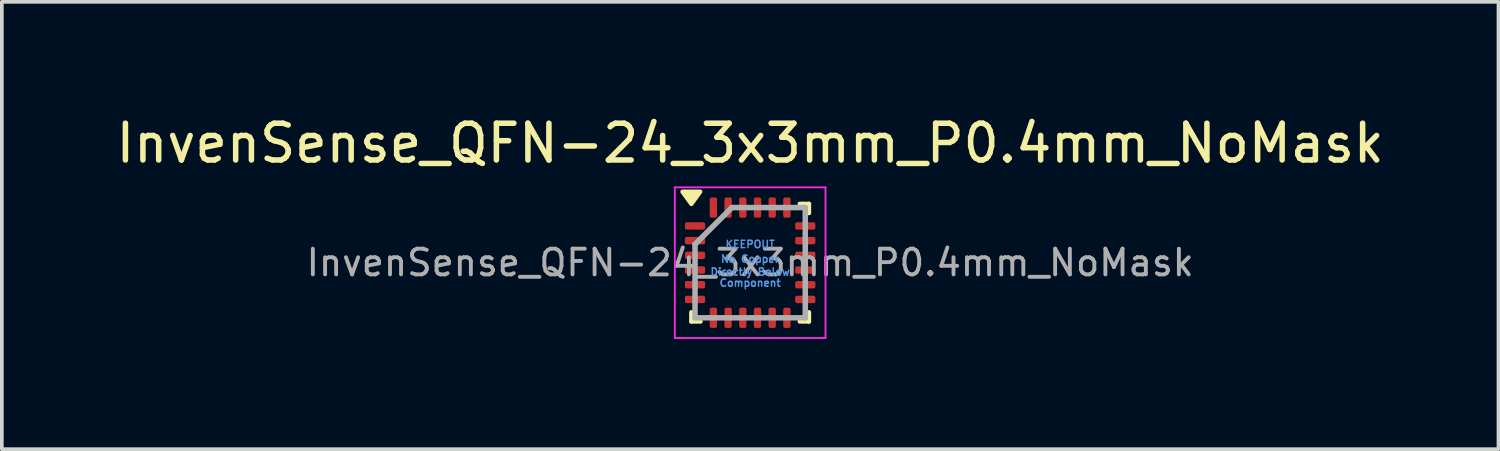
<source format=kicad_pcb>
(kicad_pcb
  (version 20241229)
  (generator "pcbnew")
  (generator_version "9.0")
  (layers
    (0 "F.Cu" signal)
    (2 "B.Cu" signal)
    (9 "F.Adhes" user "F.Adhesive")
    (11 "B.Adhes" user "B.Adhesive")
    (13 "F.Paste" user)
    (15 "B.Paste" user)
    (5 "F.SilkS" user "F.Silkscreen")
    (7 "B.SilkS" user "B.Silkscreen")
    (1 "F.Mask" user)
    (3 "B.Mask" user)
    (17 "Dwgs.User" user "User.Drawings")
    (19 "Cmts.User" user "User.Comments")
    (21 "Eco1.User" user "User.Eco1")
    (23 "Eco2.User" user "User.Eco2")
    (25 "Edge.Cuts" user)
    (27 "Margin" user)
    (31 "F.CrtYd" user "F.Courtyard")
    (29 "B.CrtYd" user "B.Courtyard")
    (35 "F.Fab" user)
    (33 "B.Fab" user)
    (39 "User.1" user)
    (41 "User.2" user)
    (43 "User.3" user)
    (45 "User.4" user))
  (footprint "InvenSense_QFN-24_3x3mm_P0.4mm_NoMask"
    (layer "F.Cu")
    (at 17.363 4.098)
    (property "Reference" "InvenSense_QFN-24_3x3mm_P0.4mm_NoMask" (at 0 -3.25 0) (layer "F.SilkS") (effects (font (size 1 1) (thickness 0.15))))
    (attr smd)
    (fp_line (start -1.6 1.6) (end -1.6 1.35) (stroke (width 0.12) (type solid)) (layer "F.SilkS"))
    (fp_line (start -1.6 1.6) (end -1.35 1.6) (stroke (width 0.12) (type solid)) (layer "F.SilkS"))
    (fp_line (start 1.6 -1.6) (end 1.35 -1.6) (stroke (width 0.12) (type solid)) (layer "F.SilkS"))
    (fp_line (start 1.6 -1.6) (end 1.6 -1.35) (stroke (width 0.12) (type solid)) (layer "F.SilkS"))
    (fp_line (start 1.6 1.6) (end 1.35 1.6) (stroke (width 0.12) (type solid)) (layer "F.SilkS"))
    (fp_line (start 1.6 1.6) (end 1.6 1.35) (stroke (width 0.12) (type solid)) (layer "F.SilkS"))
    (fp_poly (pts (xy -1.6 -1.6) (xy -1.84 -1.93) (xy -1.36 -1.93) (xy -1.6 -1.6)) (stroke (width 0.12) (type solid)) (fill yes) (layer "F.SilkS"))
    (fp_line (start -2.05 -2.05) (end 2.05 -2.05) (stroke (width 0.05) (type solid)) (layer "F.CrtYd"))
    (fp_line (start -2.05 2.05) (end -2.05 -2.05) (stroke (width 0.05) (type solid)) (layer "F.CrtYd"))
    (fp_line (start 2.05 -2.05) (end 2.05 2.05) (stroke (width 0.05) (type solid)) (layer "F.CrtYd"))
    (fp_line (start 2.05 2.05) (end -2.05 2.05) (stroke (width 0.05) (type solid)) (layer "F.CrtYd"))
    (fp_line (start -1.5 -0.5) (end -0.5 -1.5) (stroke (width 0.15) (type solid)) (layer "F.Fab"))
    (fp_line (start -1.5 1.5) (end -1.5 -0.5) (stroke (width 0.15) (type solid)) (layer "F.Fab"))
    (fp_line (start -0.5 -1.5) (end 1.5 -1.5) (stroke (width 0.15) (type solid)) (layer "F.Fab"))
    (fp_line (start 1.5 -1.5) (end 1.5 1.5) (stroke (width 0.15) (type solid)) (layer "F.Fab"))
    (fp_line (start 1.5 1.5) (end -1.5 1.5) (stroke (width 0.15) (type solid)) (layer "F.Fab"))
    (fp_text user "Component" (at 0 0.55 0) (layer "Cmts.User") (effects (font (size 0.2 0.2) (thickness 0.04))))
    (fp_text user "No Copper" (at 0 -0.1 0) (layer "Cmts.User") (effects (font (size 0.2 0.2) (thickness 0.04))))
    (fp_text user "KEEPOUT" (at 0 -0.5 0) (layer "Cmts.User") (effects (font (size 0.2 0.2) (thickness 0.04))))
    (fp_text user "Directly Below" (at 0 0.25 0) (layer "Cmts.User") (effects (font (size 0.2 0.2) (thickness 0.04))))
    (fp_text user "${REFERENCE}" (at 0 0 0) (layer "F.Fab") (effects (font (size 0.7 0.7) (thickness 0.105))))
    (pad "" smd roundrect (at 0 0) (size 1.75 1.59) (layers "F.Mask") (roundrect_rratio 0.15))
    (pad "1" smd roundrect (at -1.5 -1) (size 0.55 0.2) (layers "F.Cu" "F.Mask" "F.Paste") (roundrect_rratio 0.25))
    (pad "2" smd roundrect (at -1.5 -0.6) (size 0.55 0.2) (layers "F.Cu" "F.Mask" "F.Paste") (roundrect_rratio 0.25))
    (pad "3" smd roundrect (at -1.5 -0.2) (size 0.55 0.2) (layers "F.Cu" "F.Mask" "F.Paste") (roundrect_rratio 0.25))
    (pad "4" smd roundrect (at -1.5 0.2) (size 0.55 0.2) (layers "F.Cu" "F.Mask" "F.Paste") (roundrect_rratio 0.25))
    (pad "5" smd roundrect (at -1.5 0.6) (size 0.55 0.2) (layers "F.Cu" "F.Mask" "F.Paste") (roundrect_rratio 0.25))
    (pad "6" smd roundrect (at -1.5 1) (size 0.55 0.2) (layers "F.Cu" "F.Mask" "F.Paste") (roundrect_rratio 0.25))
    (pad "7" smd roundrect (at -1 1.5 90) (size 0.55 0.2) (layers "F.Cu" "F.Mask" "F.Paste") (roundrect_rratio 0.25))
    (pad "8" smd roundrect (at -0.6 1.5 90) (size 0.55 0.2) (layers "F.Cu" "F.Mask" "F.Paste") (roundrect_rratio 0.25))
    (pad "9" smd roundrect (at -0.2 1.5 90) (size 0.55 0.2) (layers "F.Cu" "F.Mask" "F.Paste") (roundrect_rratio 0.25))
    (pad "10" smd roundrect (at 0.2 1.5 90) (size 0.55 0.2) (layers "F.Cu" "F.Mask" "F.Paste") (roundrect_rratio 0.25))
    (pad "11" smd roundrect (at 0.6 1.5 90) (size 0.55 0.2) (layers "F.Cu" "F.Mask" "F.Paste") (roundrect_rratio 0.25))
    (pad "12" smd roundrect (at 1 1.5 90) (size 0.55 0.2) (layers "F.Cu" "F.Mask" "F.Paste") (roundrect_rratio 0.25))
    (pad "13" smd roundrect (at 1.5 1) (size 0.55 0.2) (layers "F.Cu" "F.Mask" "F.Paste") (roundrect_rratio 0.25))
    (pad "14" smd roundrect (at 1.5 0.6) (size 0.55 0.2) (layers "F.Cu" "F.Mask" "F.Paste") (roundrect_rratio 0.25))
    (pad "15" smd roundrect (at 1.5 0.2) (size 0.55 0.2) (layers "F.Cu" "F.Mask" "F.Paste") (roundrect_rratio 0.25))
    (pad "16" smd roundrect (at 1.5 -0.2) (size 0.55 0.2) (layers "F.Cu" "F.Mask" "F.Paste") (roundrect_rratio 0.25))
    (pad "17" smd roundrect (at 1.5 -0.6) (size 0.55 0.2) (layers "F.Cu" "F.Mask" "F.Paste") (roundrect_rratio 0.25))
    (pad "18" smd roundrect (at 1.5 -1) (size 0.55 0.2) (layers "F.Cu" "F.Mask" "F.Paste") (roundrect_rratio 0.25))
    (pad "19" smd roundrect (at 1 -1.5 90) (size 0.55 0.2) (layers "F.Cu" "F.Mask" "F.Paste") (roundrect_rratio 0.25))
    (pad "20" smd roundrect (at 0.6 -1.5 90) (size 0.55 0.2) (layers "F.Cu" "F.Mask" "F.Paste") (roundrect_rratio 0.25))
    (pad "21" smd roundrect (at 0.2 -1.5 90) (size 0.55 0.2) (layers "F.Cu" "F.Mask" "F.Paste") (roundrect_rratio 0.25))
    (pad "22" smd roundrect (at -0.2 -1.5 90) (size 0.55 0.2) (layers "F.Cu" "F.Mask" "F.Paste") (roundrect_rratio 0.25))
    (pad "23" smd roundrect (at -0.6 -1.5 90) (size 0.55 0.2) (layers "F.Cu" "F.Mask" "F.Paste") (roundrect_rratio 0.25))
    (pad "24" smd roundrect (at -1 -1.5 90) (size 0.55 0.2) (layers "F.Cu" "F.Mask" "F.Paste") (roundrect_rratio 0.25))
    (zone (net_name "") (layer "F.Cu") (hatch full 0.508) (connect_pads) (min_thickness 0.254) (filled_areas_thickness no) (keepout (tracks not_allowed) (vias not_allowed) (pads not_allowed) (copperpour not_allowed) (footprints allowed)) (placement (enabled no)) (fill) (polygon (pts (xy 16.488 3.303) (xy 18.238 3.303) (xy 18.238 4.893) (xy 16.488 4.893)))))
  (gr_rect
    (start -3 -3)
    (end 37.726 9.173)
    (stroke (width 0.1) (type default))
    (fill no)
    (layer "Edge.Cuts")))
</source>
